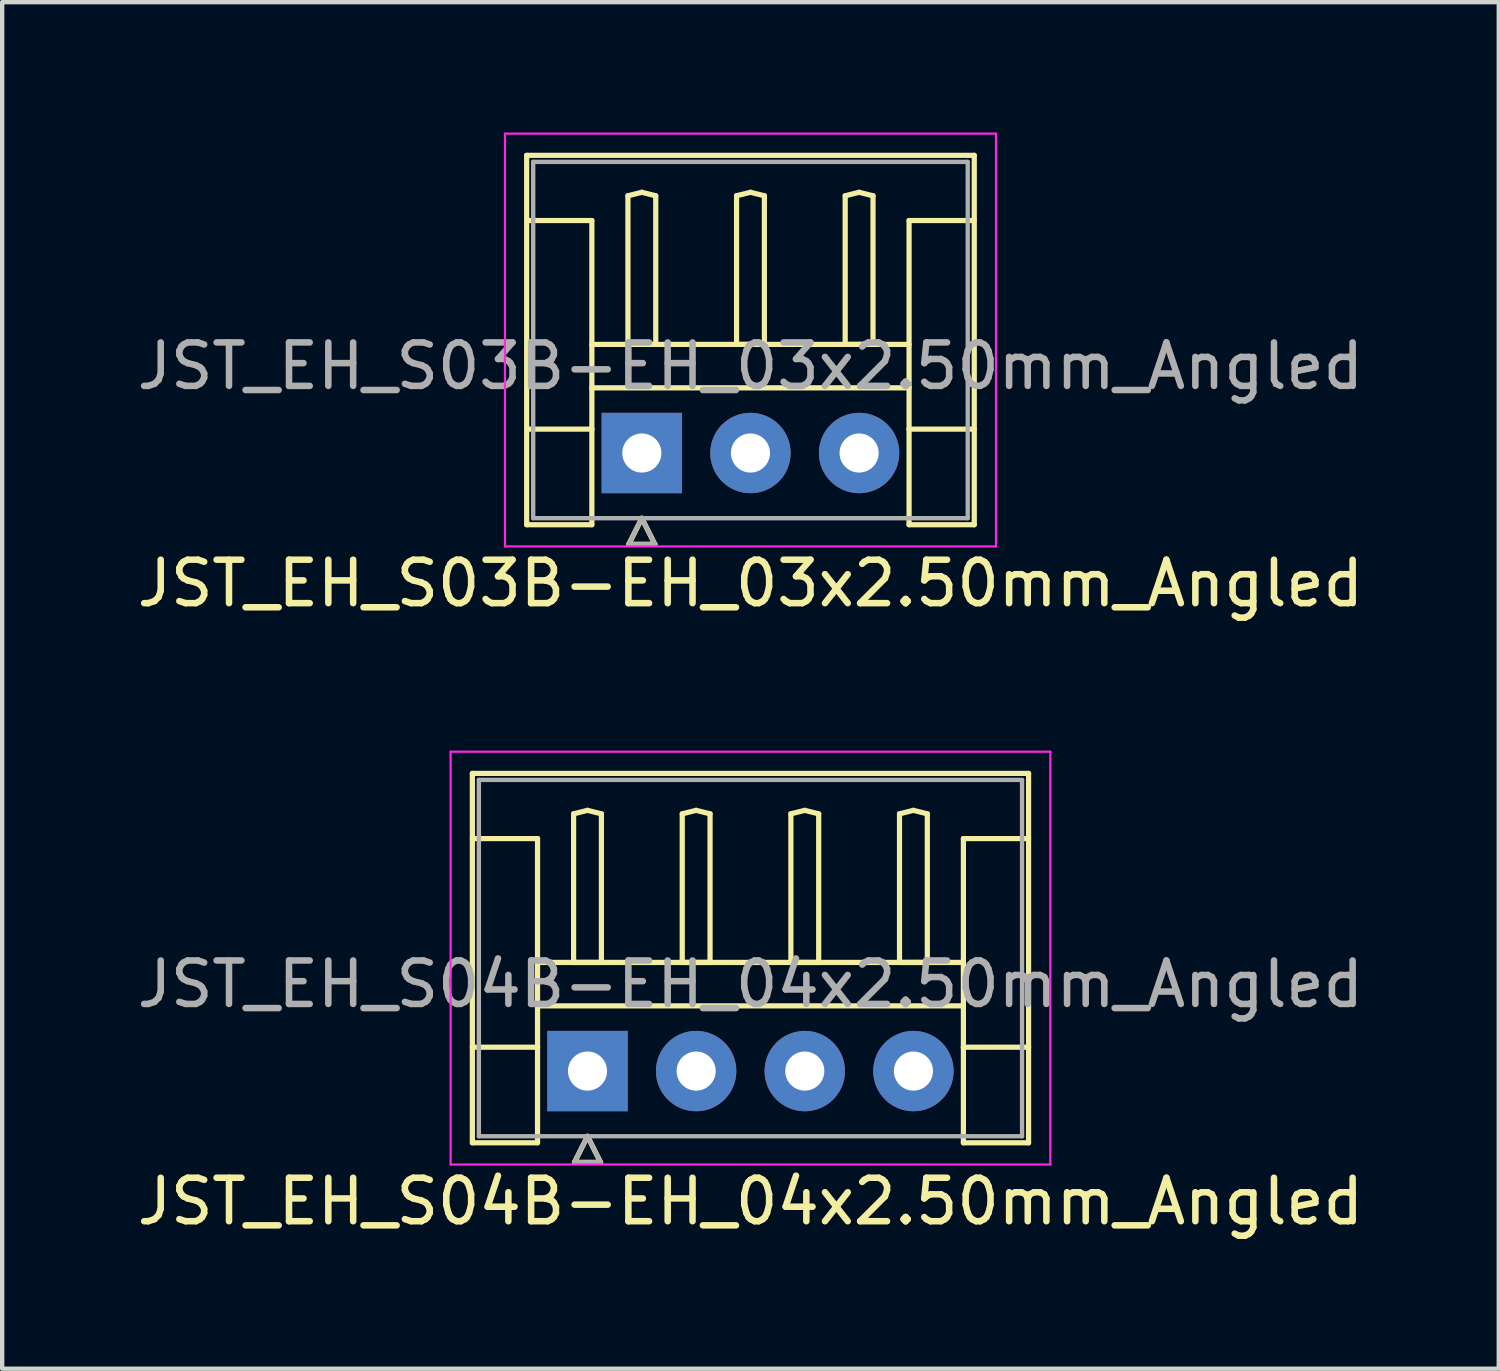
<source format=kicad_pcb>
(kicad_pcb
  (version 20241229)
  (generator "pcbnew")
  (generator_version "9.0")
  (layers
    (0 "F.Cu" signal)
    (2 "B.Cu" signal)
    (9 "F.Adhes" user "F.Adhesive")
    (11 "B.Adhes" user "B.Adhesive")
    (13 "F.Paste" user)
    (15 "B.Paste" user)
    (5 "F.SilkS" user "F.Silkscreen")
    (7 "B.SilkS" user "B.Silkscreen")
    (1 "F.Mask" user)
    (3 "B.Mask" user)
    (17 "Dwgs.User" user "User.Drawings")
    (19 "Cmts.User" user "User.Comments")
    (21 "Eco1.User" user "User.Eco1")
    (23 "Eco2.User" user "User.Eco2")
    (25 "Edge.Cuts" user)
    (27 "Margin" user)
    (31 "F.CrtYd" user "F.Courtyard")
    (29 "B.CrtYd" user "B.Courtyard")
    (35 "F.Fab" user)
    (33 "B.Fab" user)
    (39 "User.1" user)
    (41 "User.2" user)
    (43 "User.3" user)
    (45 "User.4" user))
  (footprint "JST_EH_S04B-EH_04x2.50mm_Angled"
    (layer "F.Cu")
    (at 10.47 21.598)
    (property "Reference" "JST_EH_S04B-EH_04x2.50mm_Angled" (at 3.75 3 0) (layer "F.SilkS") (effects (font (size 1 1) (thickness 0.15))))
    (attr through_hole)
    (fp_line (start -2.65 -6.85) (end 10.15 -6.85) (stroke (width 0.12) (type solid)) (layer "F.SilkS"))
    (fp_line (start -2.65 -5.35) (end -1.15 -5.35) (stroke (width 0.12) (type solid)) (layer "F.SilkS"))
    (fp_line (start -2.65 1.65) (end -2.65 -6.85) (stroke (width 0.12) (type solid)) (layer "F.SilkS"))
    (fp_line (start -1.15 -5.35) (end -1.15 -0.55) (stroke (width 0.12) (type solid)) (layer "F.SilkS"))
    (fp_line (start -1.15 -2.5) (end 8.65 -2.5) (stroke (width 0.12) (type solid)) (layer "F.SilkS"))
    (fp_line (start -1.15 -1.5) (end 8.65 -1.5) (stroke (width 0.12) (type solid)) (layer "F.SilkS"))
    (fp_line (start -1.15 -0.55) (end -2.65 -0.55) (stroke (width 0.12) (type solid)) (layer "F.SilkS"))
    (fp_line (start -1.15 -0.55) (end -1.15 1.65) (stroke (width 0.12) (type solid)) (layer "F.SilkS"))
    (fp_line (start -1.15 1.65) (end -2.65 1.65) (stroke (width 0.12) (type solid)) (layer "F.SilkS"))
    (fp_line (start -0.32 -5.92) (end 0 -6) (stroke (width 0.12) (type solid)) (layer "F.SilkS"))
    (fp_line (start -0.32 -2.5) (end -0.32 -5.92) (stroke (width 0.12) (type solid)) (layer "F.SilkS"))
    (fp_line (start -0.3 2.1) (end 0.3 2.1) (stroke (width 0.12) (type solid)) (layer "F.SilkS"))
    (fp_line (start 0 -6) (end 0.32 -5.92) (stroke (width 0.12) (type solid)) (layer "F.SilkS"))
    (fp_line (start 0 -2.5) (end -0.32 -2.5) (stroke (width 0.12) (type solid)) (layer "F.SilkS"))
    (fp_line (start 0 1.5) (end -0.3 2.1) (stroke (width 0.12) (type solid)) (layer "F.SilkS"))
    (fp_line (start 0.3 2.1) (end 0 1.5) (stroke (width 0.12) (type solid)) (layer "F.SilkS"))
    (fp_line (start 0.32 -5.92) (end 0.32 -2.5) (stroke (width 0.12) (type solid)) (layer "F.SilkS"))
    (fp_line (start 0.32 -2.5) (end 0 -2.5) (stroke (width 0.12) (type solid)) (layer "F.SilkS"))
    (fp_line (start 2.18 -5.92) (end 2.5 -6) (stroke (width 0.12) (type solid)) (layer "F.SilkS"))
    (fp_line (start 2.18 -2.5) (end 2.18 -5.92) (stroke (width 0.12) (type solid)) (layer "F.SilkS"))
    (fp_line (start 2.5 -6) (end 2.82 -5.92) (stroke (width 0.12) (type solid)) (layer "F.SilkS"))
    (fp_line (start 2.5 -2.5) (end 2.18 -2.5) (stroke (width 0.12) (type solid)) (layer "F.SilkS"))
    (fp_line (start 2.82 -5.92) (end 2.82 -2.5) (stroke (width 0.12) (type solid)) (layer "F.SilkS"))
    (fp_line (start 2.82 -2.5) (end 2.5 -2.5) (stroke (width 0.12) (type solid)) (layer "F.SilkS"))
    (fp_line (start 4.68 -5.92) (end 5 -6) (stroke (width 0.12) (type solid)) (layer "F.SilkS"))
    (fp_line (start 4.68 -2.5) (end 4.68 -5.92) (stroke (width 0.12) (type solid)) (layer "F.SilkS"))
    (fp_line (start 5 -6) (end 5.32 -5.92) (stroke (width 0.12) (type solid)) (layer "F.SilkS"))
    (fp_line (start 5 -2.5) (end 4.68 -2.5) (stroke (width 0.12) (type solid)) (layer "F.SilkS"))
    (fp_line (start 5.32 -5.92) (end 5.32 -2.5) (stroke (width 0.12) (type solid)) (layer "F.SilkS"))
    (fp_line (start 5.32 -2.5) (end 5 -2.5) (stroke (width 0.12) (type solid)) (layer "F.SilkS"))
    (fp_line (start 7.18 -5.92) (end 7.5 -6) (stroke (width 0.12) (type solid)) (layer "F.SilkS"))
    (fp_line (start 7.18 -2.5) (end 7.18 -5.92) (stroke (width 0.12) (type solid)) (layer "F.SilkS"))
    (fp_line (start 7.5 -6) (end 7.82 -5.92) (stroke (width 0.12) (type solid)) (layer "F.SilkS"))
    (fp_line (start 7.5 -2.5) (end 7.18 -2.5) (stroke (width 0.12) (type solid)) (layer "F.SilkS"))
    (fp_line (start 7.82 -5.92) (end 7.82 -2.5) (stroke (width 0.12) (type solid)) (layer "F.SilkS"))
    (fp_line (start 7.82 -2.5) (end 7.5 -2.5) (stroke (width 0.12) (type solid)) (layer "F.SilkS"))
    (fp_line (start 8.65 -5.35) (end 8.65 -0.55) (stroke (width 0.12) (type solid)) (layer "F.SilkS"))
    (fp_line (start 8.65 -0.55) (end 10.15 -0.55) (stroke (width 0.12) (type solid)) (layer "F.SilkS"))
    (fp_line (start 8.65 1.65) (end 8.65 -0.55) (stroke (width 0.12) (type solid)) (layer "F.SilkS"))
    (fp_line (start 10.15 -6.85) (end 10.15 1.65) (stroke (width 0.12) (type solid)) (layer "F.SilkS"))
    (fp_line (start 10.15 -5.35) (end 8.65 -5.35) (stroke (width 0.12) (type solid)) (layer "F.SilkS"))
    (fp_line (start 10.15 1.65) (end 8.65 1.65) (stroke (width 0.12) (type solid)) (layer "F.SilkS"))
    (fp_line (start -3.15 -7.35) (end -3.15 2.15) (stroke (width 0.05) (type solid)) (layer "F.CrtYd"))
    (fp_line (start -3.15 2.15) (end 10.65 2.15) (stroke (width 0.05) (type solid)) (layer "F.CrtYd"))
    (fp_line (start 10.65 -7.35) (end -3.15 -7.35) (stroke (width 0.05) (type solid)) (layer "F.CrtYd"))
    (fp_line (start 10.65 2.15) (end 10.65 -7.35) (stroke (width 0.05) (type solid)) (layer "F.CrtYd"))
    (fp_line (start -2.5 -6.7) (end -2.5 1.5) (stroke (width 0.1) (type solid)) (layer "F.Fab"))
    (fp_line (start -2.5 1.5) (end 10 1.5) (stroke (width 0.1) (type solid)) (layer "F.Fab"))
    (fp_line (start -0.3 2.1) (end 0.3 2.1) (stroke (width 0.1) (type solid)) (layer "F.Fab"))
    (fp_line (start 0 1.5) (end -0.3 2.1) (stroke (width 0.1) (type solid)) (layer "F.Fab"))
    (fp_line (start 0.3 2.1) (end 0 1.5) (stroke (width 0.1) (type solid)) (layer "F.Fab"))
    (fp_line (start 10 -6.7) (end -2.5 -6.7) (stroke (width 0.1) (type solid)) (layer "F.Fab"))
    (fp_line (start 10 1.5) (end 10 -6.7) (stroke (width 0.1) (type solid)) (layer "F.Fab"))
    (fp_text user "${REFERENCE}" (at 3.75 -2 0) (layer "F.Fab") (effects (font (size 1 1) (thickness 0.15))))
    (pad "1" thru_hole rect (at 0 0) (size 1.85 1.85) (drill 0.9) (layers "*.Cu" "*.Mask"))
    (pad "2" thru_hole circle (at 2.5 0) (size 1.85 1.85) (drill 0.9) (layers "*.Cu" "*.Mask"))
    (pad "3" thru_hole circle (at 5 0) (size 1.85 1.85) (drill 0.9) (layers "*.Cu" "*.Mask"))
    (pad "4" thru_hole circle (at 7.5 0) (size 1.85 1.85) (drill 0.9) (layers "*.Cu" "*.Mask")))
  (footprint "JST_EH_S03B-EH_03x2.50mm_Angled"
    (layer "F.Cu")
    (at 11.72 7.375)
    (property "Reference" "JST_EH_S03B-EH_03x2.50mm_Angled" (at 2.5 3 0) (layer "F.SilkS") (effects (font (size 1 1) (thickness 0.15))))
    (attr through_hole)
    (fp_line (start -2.65 -6.85) (end 7.65 -6.85) (stroke (width 0.12) (type solid)) (layer "F.SilkS"))
    (fp_line (start -2.65 -5.35) (end -1.15 -5.35) (stroke (width 0.12) (type solid)) (layer "F.SilkS"))
    (fp_line (start -2.65 1.65) (end -2.65 -6.85) (stroke (width 0.12) (type solid)) (layer "F.SilkS"))
    (fp_line (start -1.15 -5.35) (end -1.15 -0.55) (stroke (width 0.12) (type solid)) (layer "F.SilkS"))
    (fp_line (start -1.15 -2.5) (end 6.15 -2.5) (stroke (width 0.12) (type solid)) (layer "F.SilkS"))
    (fp_line (start -1.15 -1.5) (end 6.15 -1.5) (stroke (width 0.12) (type solid)) (layer "F.SilkS"))
    (fp_line (start -1.15 -0.55) (end -2.65 -0.55) (stroke (width 0.12) (type solid)) (layer "F.SilkS"))
    (fp_line (start -1.15 -0.55) (end -1.15 1.65) (stroke (width 0.12) (type solid)) (layer "F.SilkS"))
    (fp_line (start -1.15 1.65) (end -2.65 1.65) (stroke (width 0.12) (type solid)) (layer "F.SilkS"))
    (fp_line (start -0.32 -5.92) (end 0 -6) (stroke (width 0.12) (type solid)) (layer "F.SilkS"))
    (fp_line (start -0.32 -2.5) (end -0.32 -5.92) (stroke (width 0.12) (type solid)) (layer "F.SilkS"))
    (fp_line (start -0.3 2.1) (end 0.3 2.1) (stroke (width 0.12) (type solid)) (layer "F.SilkS"))
    (fp_line (start 0 -6) (end 0.32 -5.92) (stroke (width 0.12) (type solid)) (layer "F.SilkS"))
    (fp_line (start 0 -2.5) (end -0.32 -2.5) (stroke (width 0.12) (type solid)) (layer "F.SilkS"))
    (fp_line (start 0 1.5) (end -0.3 2.1) (stroke (width 0.12) (type solid)) (layer "F.SilkS"))
    (fp_line (start 0.3 2.1) (end 0 1.5) (stroke (width 0.12) (type solid)) (layer "F.SilkS"))
    (fp_line (start 0.32 -5.92) (end 0.32 -2.5) (stroke (width 0.12) (type solid)) (layer "F.SilkS"))
    (fp_line (start 0.32 -2.5) (end 0 -2.5) (stroke (width 0.12) (type solid)) (layer "F.SilkS"))
    (fp_line (start 2.18 -5.92) (end 2.5 -6) (stroke (width 0.12) (type solid)) (layer "F.SilkS"))
    (fp_line (start 2.18 -2.5) (end 2.18 -5.92) (stroke (width 0.12) (type solid)) (layer "F.SilkS"))
    (fp_line (start 2.5 -6) (end 2.82 -5.92) (stroke (width 0.12) (type solid)) (layer "F.SilkS"))
    (fp_line (start 2.5 -2.5) (end 2.18 -2.5) (stroke (width 0.12) (type solid)) (layer "F.SilkS"))
    (fp_line (start 2.82 -5.92) (end 2.82 -2.5) (stroke (width 0.12) (type solid)) (layer "F.SilkS"))
    (fp_line (start 2.82 -2.5) (end 2.5 -2.5) (stroke (width 0.12) (type solid)) (layer "F.SilkS"))
    (fp_line (start 4.68 -5.92) (end 5 -6) (stroke (width 0.12) (type solid)) (layer "F.SilkS"))
    (fp_line (start 4.68 -2.5) (end 4.68 -5.92) (stroke (width 0.12) (type solid)) (layer "F.SilkS"))
    (fp_line (start 5 -6) (end 5.32 -5.92) (stroke (width 0.12) (type solid)) (layer "F.SilkS"))
    (fp_line (start 5 -2.5) (end 4.68 -2.5) (stroke (width 0.12) (type solid)) (layer "F.SilkS"))
    (fp_line (start 5.32 -5.92) (end 5.32 -2.5) (stroke (width 0.12) (type solid)) (layer "F.SilkS"))
    (fp_line (start 5.32 -2.5) (end 5 -2.5) (stroke (width 0.12) (type solid)) (layer "F.SilkS"))
    (fp_line (start 6.15 -5.35) (end 6.15 -0.55) (stroke (width 0.12) (type solid)) (layer "F.SilkS"))
    (fp_line (start 6.15 -0.55) (end 7.65 -0.55) (stroke (width 0.12) (type solid)) (layer "F.SilkS"))
    (fp_line (start 6.15 1.65) (end 6.15 -0.55) (stroke (width 0.12) (type solid)) (layer "F.SilkS"))
    (fp_line (start 7.65 -6.85) (end 7.65 1.65) (stroke (width 0.12) (type solid)) (layer "F.SilkS"))
    (fp_line (start 7.65 -5.35) (end 6.15 -5.35) (stroke (width 0.12) (type solid)) (layer "F.SilkS"))
    (fp_line (start 7.65 1.65) (end 6.15 1.65) (stroke (width 0.12) (type solid)) (layer "F.SilkS"))
    (fp_line (start -3.15 -7.35) (end -3.15 2.15) (stroke (width 0.05) (type solid)) (layer "F.CrtYd"))
    (fp_line (start -3.15 2.15) (end 8.15 2.15) (stroke (width 0.05) (type solid)) (layer "F.CrtYd"))
    (fp_line (start 8.15 -7.35) (end -3.15 -7.35) (stroke (width 0.05) (type solid)) (layer "F.CrtYd"))
    (fp_line (start 8.15 2.15) (end 8.15 -7.35) (stroke (width 0.05) (type solid)) (layer "F.CrtYd"))
    (fp_line (start -2.5 -6.7) (end -2.5 1.5) (stroke (width 0.1) (type solid)) (layer "F.Fab"))
    (fp_line (start -2.5 1.5) (end 7.5 1.5) (stroke (width 0.1) (type solid)) (layer "F.Fab"))
    (fp_line (start -0.3 2.1) (end 0.3 2.1) (stroke (width 0.1) (type solid)) (layer "F.Fab"))
    (fp_line (start 0 1.5) (end -0.3 2.1) (stroke (width 0.1) (type solid)) (layer "F.Fab"))
    (fp_line (start 0.3 2.1) (end 0 1.5) (stroke (width 0.1) (type solid)) (layer "F.Fab"))
    (fp_line (start 7.5 -6.7) (end -2.5 -6.7) (stroke (width 0.1) (type solid)) (layer "F.Fab"))
    (fp_line (start 7.5 1.5) (end 7.5 -6.7) (stroke (width 0.1) (type solid)) (layer "F.Fab"))
    (fp_text user "${REFERENCE}" (at 2.5 -2 0) (layer "F.Fab") (effects (font (size 1 1) (thickness 0.15))))
    (pad "1" thru_hole rect (at 0 0) (size 1.85 1.85) (drill 0.9) (layers "*.Cu" "*.Mask"))
    (pad "2" thru_hole circle (at 2.5 0) (size 1.85 1.85) (drill 0.9) (layers "*.Cu" "*.Mask"))
    (pad "3" thru_hole circle (at 5 0) (size 1.85 1.85) (drill 0.9) (layers "*.Cu" "*.Mask")))
  (gr_rect
    (start -3 -3)
    (end 31.44 28.447)
    (stroke (width 0.1) (type default))
    (fill no)
    (layer "Edge.Cuts")))
</source>
